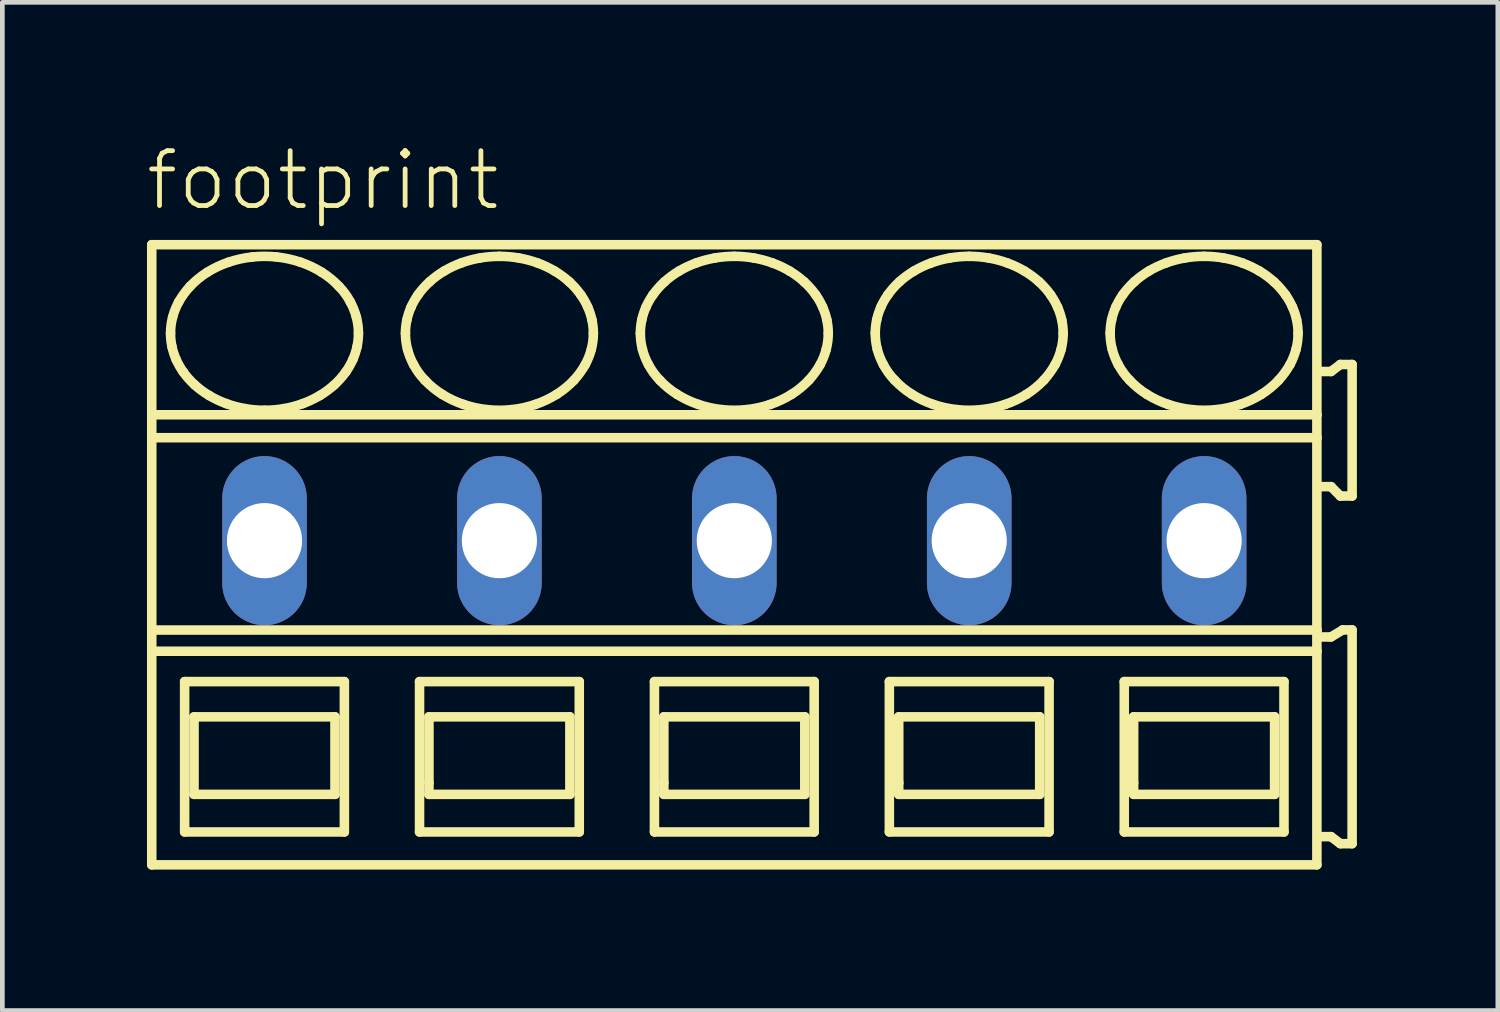
<source format=kicad_pcb>
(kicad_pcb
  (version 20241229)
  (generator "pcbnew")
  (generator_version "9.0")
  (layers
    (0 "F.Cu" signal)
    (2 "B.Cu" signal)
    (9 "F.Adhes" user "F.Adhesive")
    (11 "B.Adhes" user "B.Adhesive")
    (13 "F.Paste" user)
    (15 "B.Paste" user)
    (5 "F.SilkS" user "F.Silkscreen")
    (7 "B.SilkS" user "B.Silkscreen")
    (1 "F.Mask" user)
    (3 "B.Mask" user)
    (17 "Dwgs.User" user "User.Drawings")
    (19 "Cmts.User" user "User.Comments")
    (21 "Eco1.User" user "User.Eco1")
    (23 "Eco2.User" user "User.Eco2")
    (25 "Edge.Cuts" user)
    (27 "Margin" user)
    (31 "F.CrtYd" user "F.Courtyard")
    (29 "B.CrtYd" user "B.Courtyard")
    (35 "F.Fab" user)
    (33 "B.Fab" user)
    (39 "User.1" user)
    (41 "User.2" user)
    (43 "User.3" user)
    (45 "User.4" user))
  (footprint "footprint"
    (layer "F.Cu")
    (at 5.08 8.458)
    (property "Reference" "footprint" (at -5.08 -6.985 0) (layer "F.SilkS") (effects (font (size 1.168 1.168) (thickness 0.102)) (justify left bottom)))
    (fp_line (start -4.9 -6.3) (end -4.9 -2.679) (stroke (width 0.203) (type solid)) (layer "F.SilkS"))
    (fp_line (start -4.9 -2.679) (end -4.9 -2.192) (stroke (width 0.203) (type solid)) (layer "F.SilkS"))
    (fp_line (start -4.9 -2.192) (end -4.9 1.902) (stroke (width 0.203) (type solid)) (layer "F.SilkS"))
    (fp_line (start -4.9 1.902) (end -4.9 2.354) (stroke (width 0.203) (type solid)) (layer "F.SilkS"))
    (fp_line (start -4.9 2.354) (end -4.9 6.9) (stroke (width 0.203) (type solid)) (layer "F.SilkS"))
    (fp_line (start -4.9 6.9) (end 19.9 6.9) (stroke (width 0.203) (type solid)) (layer "F.SilkS"))
    (fp_line (start -4.2 3) (end -4.2 6.2) (stroke (width 0.203) (type solid)) (layer "F.SilkS"))
    (fp_line (start -4.2 6.2) (end -0.8 6.2) (stroke (width 0.203) (type solid)) (layer "F.SilkS"))
    (fp_line (start -4 3.75) (end -4 5.4) (stroke (width 0.203) (type solid)) (layer "F.SilkS"))
    (fp_line (start -4 5.4) (end -1 5.4) (stroke (width 0.203) (type solid)) (layer "F.SilkS"))
    (fp_line (start -1 3.75) (end -4 3.75) (stroke (width 0.203) (type solid)) (layer "F.SilkS"))
    (fp_line (start -1 5.4) (end -1 3.75) (stroke (width 0.203) (type solid)) (layer "F.SilkS"))
    (fp_line (start -0.8 3) (end -4.2 3) (stroke (width 0.203) (type solid)) (layer "F.SilkS"))
    (fp_line (start -0.8 6.2) (end -0.8 3) (stroke (width 0.203) (type solid)) (layer "F.SilkS"))
    (fp_line (start 0.8 3) (end 0.8 6.2) (stroke (width 0.203) (type solid)) (layer "F.SilkS"))
    (fp_line (start 0.8 6.2) (end 4.2 6.2) (stroke (width 0.203) (type solid)) (layer "F.SilkS"))
    (fp_line (start 1 3.75) (end 1 5.15) (stroke (width 0.203) (type solid)) (layer "F.SilkS"))
    (fp_line (start 1 5.15) (end 1 5.4) (stroke (width 0.203) (type solid)) (layer "F.SilkS"))
    (fp_line (start 1 5.4) (end 4 5.4) (stroke (width 0.203) (type solid)) (layer "F.SilkS"))
    (fp_line (start 4 3.75) (end 1 3.75) (stroke (width 0.203) (type solid)) (layer "F.SilkS"))
    (fp_line (start 4 5.4) (end 4 3.75) (stroke (width 0.203) (type solid)) (layer "F.SilkS"))
    (fp_line (start 4.2 3) (end 0.8 3) (stroke (width 0.203) (type solid)) (layer "F.SilkS"))
    (fp_line (start 4.2 6.2) (end 4.2 3) (stroke (width 0.203) (type solid)) (layer "F.SilkS"))
    (fp_line (start 5.8 3) (end 5.8 6.2) (stroke (width 0.203) (type solid)) (layer "F.SilkS"))
    (fp_line (start 5.8 6.2) (end 9.2 6.2) (stroke (width 0.203) (type solid)) (layer "F.SilkS"))
    (fp_line (start 6 3.75) (end 6 5.15) (stroke (width 0.203) (type solid)) (layer "F.SilkS"))
    (fp_line (start 6 5.15) (end 6 5.4) (stroke (width 0.203) (type solid)) (layer "F.SilkS"))
    (fp_line (start 6 5.4) (end 9 5.4) (stroke (width 0.203) (type solid)) (layer "F.SilkS"))
    (fp_line (start 9 3.75) (end 6 3.75) (stroke (width 0.203) (type solid)) (layer "F.SilkS"))
    (fp_line (start 9 5.4) (end 9 3.75) (stroke (width 0.203) (type solid)) (layer "F.SilkS"))
    (fp_line (start 9.2 3) (end 5.8 3) (stroke (width 0.203) (type solid)) (layer "F.SilkS"))
    (fp_line (start 9.2 6.2) (end 9.2 3) (stroke (width 0.203) (type solid)) (layer "F.SilkS"))
    (fp_line (start 10.8 3) (end 10.8 6.2) (stroke (width 0.203) (type solid)) (layer "F.SilkS"))
    (fp_line (start 10.8 6.2) (end 14.2 6.2) (stroke (width 0.203) (type solid)) (layer "F.SilkS"))
    (fp_line (start 11 3.75) (end 11 5.15) (stroke (width 0.203) (type solid)) (layer "F.SilkS"))
    (fp_line (start 11 5.15) (end 11 5.4) (stroke (width 0.203) (type solid)) (layer "F.SilkS"))
    (fp_line (start 11 5.4) (end 14 5.4) (stroke (width 0.203) (type solid)) (layer "F.SilkS"))
    (fp_line (start 14 3.75) (end 11 3.75) (stroke (width 0.203) (type solid)) (layer "F.SilkS"))
    (fp_line (start 14 5.4) (end 14 3.75) (stroke (width 0.203) (type solid)) (layer "F.SilkS"))
    (fp_line (start 14.2 3) (end 10.8 3) (stroke (width 0.203) (type solid)) (layer "F.SilkS"))
    (fp_line (start 14.2 6.2) (end 14.2 3) (stroke (width 0.203) (type solid)) (layer "F.SilkS"))
    (fp_line (start 15.8 3) (end 15.8 6.2) (stroke (width 0.203) (type solid)) (layer "F.SilkS"))
    (fp_line (start 15.8 6.2) (end 19.2 6.2) (stroke (width 0.203) (type solid)) (layer "F.SilkS"))
    (fp_line (start 16 3.75) (end 16 5.15) (stroke (width 0.203) (type solid)) (layer "F.SilkS"))
    (fp_line (start 16 5.15) (end 16 5.4) (stroke (width 0.203) (type solid)) (layer "F.SilkS"))
    (fp_line (start 16 5.4) (end 19 5.4) (stroke (width 0.203) (type solid)) (layer "F.SilkS"))
    (fp_line (start 19 3.75) (end 16 3.75) (stroke (width 0.203) (type solid)) (layer "F.SilkS"))
    (fp_line (start 19 5.4) (end 19 3.75) (stroke (width 0.203) (type solid)) (layer "F.SilkS"))
    (fp_line (start 19.2 3) (end 15.8 3) (stroke (width 0.203) (type solid)) (layer "F.SilkS"))
    (fp_line (start 19.2 6.2) (end 19.2 3) (stroke (width 0.203) (type solid)) (layer "F.SilkS"))
    (fp_line (start 19.9 -6.3) (end -4.9 -6.3) (stroke (width 0.203) (type solid)) (layer "F.SilkS"))
    (fp_line (start 19.9 -2.679) (end -4.9 -2.679) (stroke (width 0.203) (type solid)) (layer "F.SilkS"))
    (fp_line (start 19.9 -2.679) (end 19.9 -6.3) (stroke (width 0.203) (type solid)) (layer "F.SilkS"))
    (fp_line (start 19.9 -2.192) (end -4.9 -2.192) (stroke (width 0.203) (type solid)) (layer "F.SilkS"))
    (fp_line (start 19.9 -2.192) (end 19.9 -2.679) (stroke (width 0.203) (type solid)) (layer "F.SilkS"))
    (fp_line (start 19.9 1.902) (end -4.9 1.902) (stroke (width 0.203) (type solid)) (layer "F.SilkS"))
    (fp_line (start 19.9 1.902) (end 19.9 -2.192) (stroke (width 0.203) (type solid)) (layer "F.SilkS"))
    (fp_line (start 19.9 2.354) (end -4.9 2.354) (stroke (width 0.203) (type solid)) (layer "F.SilkS"))
    (fp_line (start 19.9 2.354) (end 19.9 1.902) (stroke (width 0.203) (type solid)) (layer "F.SilkS"))
    (fp_line (start 19.9 6.9) (end 19.9 2.354) (stroke (width 0.203) (type solid)) (layer "F.SilkS"))
    (fp_line (start 20 -1.15) (end 20.2 -1.15) (stroke (width 0.203) (type solid)) (layer "F.SilkS"))
    (fp_line (start 20 6.3) (end 20.2 6.3) (stroke (width 0.203) (type solid)) (layer "F.SilkS"))
    (fp_line (start 20.2 -3.6) (end 20 -3.6) (stroke (width 0.203) (type solid)) (layer "F.SilkS"))
    (fp_line (start 20.2 -1.15) (end 20.4 -0.95) (stroke (width 0.203) (type solid)) (layer "F.SilkS"))
    (fp_line (start 20.2 2.05) (end 20 2.05) (stroke (width 0.203) (type solid)) (layer "F.SilkS"))
    (fp_line (start 20.2 6.3) (end 20.4 6.45) (stroke (width 0.203) (type solid)) (layer "F.SilkS"))
    (fp_line (start 20.4 -3.75) (end 20.2 -3.6) (stroke (width 0.203) (type solid)) (layer "F.SilkS"))
    (fp_line (start 20.4 -0.95) (end 20.65 -0.95) (stroke (width 0.203) (type solid)) (layer "F.SilkS"))
    (fp_line (start 20.4 6.45) (end 20.65 6.45) (stroke (width 0.203) (type solid)) (layer "F.SilkS"))
    (fp_line (start 20.45 1.9) (end 20.2 2.05) (stroke (width 0.203) (type solid)) (layer "F.SilkS"))
    (fp_line (start 20.65 -3.75) (end 20.4 -3.75) (stroke (width 0.203) (type solid)) (layer "F.SilkS"))
    (fp_line (start 20.65 -0.95) (end 20.65 -3.75) (stroke (width 0.203) (type solid)) (layer "F.SilkS"))
    (fp_line (start 20.65 1.9) (end 20.45 1.9) (stroke (width 0.203) (type solid)) (layer "F.SilkS"))
    (fp_line (start 20.65 6.45) (end 20.65 1.9) (stroke (width 0.203) (type solid)) (layer "F.SilkS"))
    (fp_arc (start -4.5 -4.4136) (mid -4.488905 -4.585389) (end -4.4562 -4.7544) (stroke (width 0.2032) (type solid)) (layer "F.SilkS"))
    (fp_arc (start -4.4695 -4.1287) (mid -4.492308 -4.270341) (end -4.5 -4.4136) (stroke (width 0.2032) (type solid)) (layer "F.SilkS"))
    (fp_arc (start -4.4562 -4.7544) (mid -4.401558 -4.920839) (end -4.3273 -5.0795) (stroke (width 0.2032) (type solid)) (layer "F.SilkS"))
    (fp_arc (start -4.3795 -3.8536) (mid -4.431599 -3.988827) (end -4.4695 -4.1287) (stroke (width 0.2032) (type solid)) (layer "F.SilkS"))
    (fp_arc (start -4.3274 -5.0795) (mid -4.216217 -5.252167) (end -4.0864 -5.4113) (stroke (width 0.2032) (type solid)) (layer "F.SilkS"))
    (fp_arc (start -4.232 -3.5945) (mid -4.312155 -3.720404) (end -4.3795 -3.8536) (stroke (width 0.2032) (type solid)) (layer "F.SilkS"))
    (fp_arc (start -4.0864 -5.4113) (mid -3.911717 -5.573771) (end -3.718 -5.713) (stroke (width 0.2032) (type solid)) (layer "F.SilkS"))
    (fp_arc (start -3.9861 -3.3171) (mid -4.116737 -3.448975) (end -4.2321 -3.5944) (stroke (width 0.2032) (type solid)) (layer "F.SilkS"))
    (fp_arc (start -3.718 -5.713) (mid -3.497651 -5.83326) (end -3.2649 -5.9273) (stroke (width 0.2032) (type solid)) (layer "F.SilkS"))
    (fp_arc (start -3.676 -3.0884) (mid -3.836846 -3.194891) (end -3.9861 -3.3171) (stroke (width 0.2032) (type solid)) (layer "F.SilkS"))
    (fp_arc (start -3.313 -2.9167) (mid -3.498551 -2.993985) (end -3.676 -3.0884) (stroke (width 0.2032) (type solid)) (layer "F.SilkS"))
    (fp_arc (start -3.2649 -5.9273) (mid -3.016253 -5.996227) (end -2.7616 -6.0378) (stroke (width 0.2032) (type solid)) (layer "F.SilkS"))
    (fp_arc (start -2.9161 -2.8111) (mid -3.116893 -2.855096) (end -3.313 -2.9167) (stroke (width 0.2032) (type solid)) (layer "F.SilkS"))
    (fp_arc (start -2.7616 -6.0378) (mid -2.5 -6.051841) (end -2.2384 -6.0378) (stroke (width 0.2032) (type solid)) (layer "F.SilkS"))
    (fp_arc (start -2.5 -2.7752) (mid -2.708826 -2.784159) (end -2.9161 -2.8111) (stroke (width 0.2032) (type solid)) (layer "F.SilkS"))
    (fp_arc (start -2.2384 -6.0378) (mid -1.983714 -5.996379) (end -1.7351 -5.9273) (stroke (width 0.2032) (type solid)) (layer "F.SilkS"))
    (fp_arc (start -2.0839 -2.8111) (mid -2.291182 -2.784277) (end -2.5 -2.7753) (stroke (width 0.2032) (type solid)) (layer "F.SilkS"))
    (fp_arc (start -1.7351 -5.9273) (mid -1.502222 -5.83353) (end -1.282 -5.713) (stroke (width 0.2032) (type solid)) (layer "F.SilkS"))
    (fp_arc (start -1.687 -2.9167) (mid -1.883129 -2.855175) (end -2.0839 -2.8111) (stroke (width 0.2032) (type solid)) (layer "F.SilkS"))
    (fp_arc (start -1.324 -3.0884) (mid -1.501514 -2.994123) (end -1.687 -2.9167) (stroke (width 0.2032) (type solid)) (layer "F.SilkS"))
    (fp_arc (start -1.282 -5.713) (mid -1.088036 -5.574073) (end -0.9136 -5.4113) (stroke (width 0.2032) (type solid)) (layer "F.SilkS"))
    (fp_arc (start -1.0139 -3.3171) (mid -1.163276 -3.195057) (end -1.324 -3.0884) (stroke (width 0.2032) (type solid)) (layer "F.SilkS"))
    (fp_arc (start -0.9137 -5.4112) (mid -0.781313 -5.253987) (end -0.6727 -5.0795) (stroke (width 0.2032) (type solid)) (layer "F.SilkS"))
    (fp_arc (start -0.7679 -3.5944) (mid -0.88339 -3.449088) (end -1.0139 -3.3171) (stroke (width 0.2032) (type solid)) (layer "F.SilkS"))
    (fp_arc (start -0.6727 -5.0795) (mid -0.598286 -4.920901) (end -0.5438 -4.7544) (stroke (width 0.2032) (type solid)) (layer "F.SilkS"))
    (fp_arc (start -0.6204 -3.8536) (mid -0.687861 -3.720421) (end -0.7679 -3.5944) (stroke (width 0.2032) (type solid)) (layer "F.SilkS"))
    (fp_arc (start -0.5438 -4.7544) (mid -0.511083 -4.58539) (end -0.5 -4.4136) (stroke (width 0.2032) (type solid)) (layer "F.SilkS"))
    (fp_arc (start -0.5305 -4.1287) (mid -0.568473 -3.988851) (end -0.6205 -3.8536) (stroke (width 0.2032) (type solid)) (layer "F.SilkS"))
    (fp_arc (start -0.5001 -4.4136) (mid -0.507739 -4.270343) (end -0.5305 -4.1287) (stroke (width 0.2032) (type solid)) (layer "F.SilkS"))
    (fp_arc (start 0.5 -4.4136) (mid 0.507693 -4.556809) (end 0.5305 -4.6984) (stroke (width 0.2032) (type solid)) (layer "F.SilkS"))
    (fp_arc (start 0.5305 -4.6984) (mid 0.568467 -4.8383) (end 0.6205 -4.9736) (stroke (width 0.2032) (type solid)) (layer "F.SilkS"))
    (fp_arc (start 0.5438 -4.0727) (mid 0.511073 -4.241759) (end 0.5 -4.4136) (stroke (width 0.2032) (type solid)) (layer "F.SilkS"))
    (fp_arc (start 0.6204 -4.9736) (mid 0.687866 -5.106728) (end 0.7679 -5.2327) (stroke (width 0.2032) (type solid)) (layer "F.SilkS"))
    (fp_arc (start 0.6727 -3.7476) (mid 0.598289 -3.9062) (end 0.5438 -4.0727) (stroke (width 0.2032) (type solid)) (layer "F.SilkS"))
    (fp_arc (start 0.7679 -5.2327) (mid 0.883386 -5.378016) (end 1.0139 -5.51) (stroke (width 0.2032) (type solid)) (layer "F.SilkS"))
    (fp_arc (start 0.9136 -3.4159) (mid 0.781267 -3.57312) (end 0.6727 -3.7476) (stroke (width 0.2032) (type solid)) (layer "F.SilkS"))
    (fp_arc (start 1.0139 -5.51) (mid 1.163277 -5.632042) (end 1.324 -5.7387) (stroke (width 0.2032) (type solid)) (layer "F.SilkS"))
    (fp_arc (start 1.282 -3.1141) (mid 1.088032 -3.253077) (end 0.9136 -3.4159) (stroke (width 0.2032) (type solid)) (layer "F.SilkS"))
    (fp_arc (start 1.324 -5.7387) (mid 1.501514 -5.832977) (end 1.687 -5.9104) (stroke (width 0.2032) (type solid)) (layer "F.SilkS"))
    (fp_arc (start 1.687 -5.9104) (mid 1.883129 -5.971925) (end 2.0839 -6.016) (stroke (width 0.2032) (type solid)) (layer "F.SilkS"))
    (fp_arc (start 1.7351 -2.8998) (mid 1.502222 -2.993571) (end 1.282 -3.1141) (stroke (width 0.2032) (type solid)) (layer "F.SilkS"))
    (fp_arc (start 2.0839 -6.0161) (mid 2.291183 -6.042919) (end 2.5 -6.0519) (stroke (width 0.2032) (type solid)) (layer "F.SilkS"))
    (fp_arc (start 2.2384 -2.7893) (mid 1.983714 -2.830721) (end 1.7351 -2.8998) (stroke (width 0.2032) (type solid)) (layer "F.SilkS"))
    (fp_arc (start 2.5 -6.0519) (mid 2.708826 -6.042941) (end 2.9161 -6.016) (stroke (width 0.2032) (type solid)) (layer "F.SilkS"))
    (fp_arc (start 2.7616 -2.7893) (mid 2.5 -2.775259) (end 2.2384 -2.7893) (stroke (width 0.2032) (type solid)) (layer "F.SilkS"))
    (fp_arc (start 2.9161 -6.016) (mid 3.116893 -5.972004) (end 3.313 -5.9104) (stroke (width 0.2032) (type solid)) (layer "F.SilkS"))
    (fp_arc (start 3.2649 -2.8998) (mid 3.016253 -2.830873) (end 2.7616 -2.7893) (stroke (width 0.2032) (type solid)) (layer "F.SilkS"))
    (fp_arc (start 3.313 -5.9104) (mid 3.498552 -5.833116) (end 3.676 -5.7387) (stroke (width 0.2032) (type solid)) (layer "F.SilkS"))
    (fp_arc (start 3.676 -5.7387) (mid 3.836846 -5.632209) (end 3.9861 -5.51) (stroke (width 0.2032) (type solid)) (layer "F.SilkS"))
    (fp_arc (start 3.718 -3.1141) (mid 3.497651 -2.993839) (end 3.2649 -2.8998) (stroke (width 0.2032) (type solid)) (layer "F.SilkS"))
    (fp_arc (start 3.9861 -5.51) (mid 4.116738 -5.378126) (end 4.2321 -5.2327) (stroke (width 0.2032) (type solid)) (layer "F.SilkS"))
    (fp_arc (start 4.0864 -3.4159) (mid 3.911721 -3.253378) (end 3.718 -3.1141) (stroke (width 0.2032) (type solid)) (layer "F.SilkS"))
    (fp_arc (start 4.2321 -5.2327) (mid 4.312204 -5.106793) (end 4.3795 -4.9736) (stroke (width 0.2032) (type solid)) (layer "F.SilkS"))
    (fp_arc (start 4.3273 -3.7476) (mid 4.216161 -3.574988) (end 4.0864 -3.4159) (stroke (width 0.2032) (type solid)) (layer "F.SilkS"))
    (fp_arc (start 4.3795 -4.9736) (mid 4.431605 -4.838324) (end 4.4695 -4.6984) (stroke (width 0.2032) (type solid)) (layer "F.SilkS"))
    (fp_arc (start 4.4562 -4.0727) (mid 4.401557 -3.906262) (end 4.3273 -3.7476) (stroke (width 0.2032) (type solid)) (layer "F.SilkS"))
    (fp_arc (start 4.4695 -4.6984) (mid 4.4923 -4.556809) (end 4.5 -4.4136) (stroke (width 0.2032) (type solid)) (layer "F.SilkS"))
    (fp_arc (start 4.5 -4.4136) (mid 4.488914 -4.241761) (end 4.4562 -4.0727) (stroke (width 0.2032) (type solid)) (layer "F.SilkS"))
    (fp_arc (start 5.5 -4.4136) (mid 5.507693 -4.556809) (end 5.5305 -4.6984) (stroke (width 0.2032) (type solid)) (layer "F.SilkS"))
    (fp_arc (start 5.5305 -4.6984) (mid 5.568467 -4.8383) (end 5.6205 -4.9736) (stroke (width 0.2032) (type solid)) (layer "F.SilkS"))
    (fp_arc (start 5.5438 -4.0727) (mid 5.511073 -4.241759) (end 5.5 -4.4136) (stroke (width 0.2032) (type solid)) (layer "F.SilkS"))
    (fp_arc (start 5.6204 -4.9736) (mid 5.687866 -5.106728) (end 5.7679 -5.2327) (stroke (width 0.2032) (type solid)) (layer "F.SilkS"))
    (fp_arc (start 5.6727 -3.7476) (mid 5.598289 -3.9062) (end 5.5438 -4.0727) (stroke (width 0.2032) (type solid)) (layer "F.SilkS"))
    (fp_arc (start 5.7679 -5.2327) (mid 5.883386 -5.378016) (end 6.0139 -5.51) (stroke (width 0.2032) (type solid)) (layer "F.SilkS"))
    (fp_arc (start 5.9136 -3.4159) (mid 5.781267 -3.57312) (end 5.6727 -3.7476) (stroke (width 0.2032) (type solid)) (layer "F.SilkS"))
    (fp_arc (start 6.0139 -5.51) (mid 6.163277 -5.632042) (end 6.324 -5.7387) (stroke (width 0.2032) (type solid)) (layer "F.SilkS"))
    (fp_arc (start 6.282 -3.1141) (mid 6.088032 -3.253077) (end 5.9136 -3.4159) (stroke (width 0.2032) (type solid)) (layer "F.SilkS"))
    (fp_arc (start 6.324 -5.7387) (mid 6.501514 -5.832977) (end 6.687 -5.9104) (stroke (width 0.2032) (type solid)) (layer "F.SilkS"))
    (fp_arc (start 6.687 -5.9104) (mid 6.883129 -5.971925) (end 7.0839 -6.016) (stroke (width 0.2032) (type solid)) (layer "F.SilkS"))
    (fp_arc (start 6.7351 -2.8998) (mid 6.502222 -2.993571) (end 6.282 -3.1141) (stroke (width 0.2032) (type solid)) (layer "F.SilkS"))
    (fp_arc (start 7.0839 -6.0161) (mid 7.291183 -6.042919) (end 7.5 -6.0519) (stroke (width 0.2032) (type solid)) (layer "F.SilkS"))
    (fp_arc (start 7.2384 -2.7893) (mid 6.983714 -2.830721) (end 6.7351 -2.8998) (stroke (width 0.2032) (type solid)) (layer "F.SilkS"))
    (fp_arc (start 7.5 -6.0519) (mid 7.708826 -6.042941) (end 7.9161 -6.016) (stroke (width 0.2032) (type solid)) (layer "F.SilkS"))
    (fp_arc (start 7.7616 -2.7893) (mid 7.5 -2.775259) (end 7.2384 -2.7893) (stroke (width 0.2032) (type solid)) (layer "F.SilkS"))
    (fp_arc (start 7.9161 -6.016) (mid 8.116893 -5.972004) (end 8.313 -5.9104) (stroke (width 0.2032) (type solid)) (layer "F.SilkS"))
    (fp_arc (start 8.2649 -2.8998) (mid 8.016253 -2.830873) (end 7.7616 -2.7893) (stroke (width 0.2032) (type solid)) (layer "F.SilkS"))
    (fp_arc (start 8.313 -5.9104) (mid 8.498552 -5.833116) (end 8.676 -5.7387) (stroke (width 0.2032) (type solid)) (layer "F.SilkS"))
    (fp_arc (start 8.676 -5.7387) (mid 8.836846 -5.632209) (end 8.9861 -5.51) (stroke (width 0.2032) (type solid)) (layer "F.SilkS"))
    (fp_arc (start 8.718 -3.1141) (mid 8.497651 -2.993839) (end 8.2649 -2.8998) (stroke (width 0.2032) (type solid)) (layer "F.SilkS"))
    (fp_arc (start 8.9861 -5.51) (mid 9.116738 -5.378126) (end 9.2321 -5.2327) (stroke (width 0.2032) (type solid)) (layer "F.SilkS"))
    (fp_arc (start 9.0864 -3.4159) (mid 8.911721 -3.253378) (end 8.718 -3.1141) (stroke (width 0.2032) (type solid)) (layer "F.SilkS"))
    (fp_arc (start 9.2321 -5.2327) (mid 9.312204 -5.106793) (end 9.3795 -4.9736) (stroke (width 0.2032) (type solid)) (layer "F.SilkS"))
    (fp_arc (start 9.3273 -3.7476) (mid 9.216161 -3.574988) (end 9.0864 -3.4159) (stroke (width 0.2032) (type solid)) (layer "F.SilkS"))
    (fp_arc (start 9.3795 -4.9736) (mid 9.431605 -4.838324) (end 9.4695 -4.6984) (stroke (width 0.2032) (type solid)) (layer "F.SilkS"))
    (fp_arc (start 9.4562 -4.0727) (mid 9.401557 -3.906262) (end 9.3273 -3.7476) (stroke (width 0.2032) (type solid)) (layer "F.SilkS"))
    (fp_arc (start 9.4695 -4.6984) (mid 9.4923 -4.556809) (end 9.5 -4.4136) (stroke (width 0.2032) (type solid)) (layer "F.SilkS"))
    (fp_arc (start 9.5 -4.4136) (mid 9.488914 -4.241761) (end 9.4562 -4.0727) (stroke (width 0.2032) (type solid)) (layer "F.SilkS"))
    (fp_arc (start 10.5 -4.4136) (mid 10.507693 -4.556809) (end 10.5305 -4.6984) (stroke (width 0.2032) (type solid)) (layer "F.SilkS"))
    (fp_arc (start 10.5305 -4.6984) (mid 10.568467 -4.8383) (end 10.6205 -4.9736) (stroke (width 0.2032) (type solid)) (layer "F.SilkS"))
    (fp_arc (start 10.5438 -4.0727) (mid 10.511073 -4.241759) (end 10.5 -4.4136) (stroke (width 0.2032) (type solid)) (layer "F.SilkS"))
    (fp_arc (start 10.6204 -4.9736) (mid 10.687866 -5.106728) (end 10.7679 -5.2327) (stroke (width 0.2032) (type solid)) (layer "F.SilkS"))
    (fp_arc (start 10.6727 -3.7476) (mid 10.598289 -3.9062) (end 10.5438 -4.0727) (stroke (width 0.2032) (type solid)) (layer "F.SilkS"))
    (fp_arc (start 10.7679 -5.2327) (mid 10.883386 -5.378016) (end 11.0139 -5.51) (stroke (width 0.2032) (type solid)) (layer "F.SilkS"))
    (fp_arc (start 10.9136 -3.4159) (mid 10.781267 -3.57312) (end 10.6727 -3.7476) (stroke (width 0.2032) (type solid)) (layer "F.SilkS"))
    (fp_arc (start 11.0139 -5.51) (mid 11.163277 -5.632042) (end 11.324 -5.7387) (stroke (width 0.2032) (type solid)) (layer "F.SilkS"))
    (fp_arc (start 11.282 -3.1141) (mid 11.088032 -3.253077) (end 10.9136 -3.4159) (stroke (width 0.2032) (type solid)) (layer "F.SilkS"))
    (fp_arc (start 11.324 -5.7387) (mid 11.501514 -5.832977) (end 11.687 -5.9104) (stroke (width 0.2032) (type solid)) (layer "F.SilkS"))
    (fp_arc (start 11.687 -5.9104) (mid 11.883129 -5.971925) (end 12.0839 -6.016) (stroke (width 0.2032) (type solid)) (layer "F.SilkS"))
    (fp_arc (start 11.7351 -2.8998) (mid 11.502222 -2.993571) (end 11.282 -3.1141) (stroke (width 0.2032) (type solid)) (layer "F.SilkS"))
    (fp_arc (start 12.0839 -6.0161) (mid 12.291183 -6.042919) (end 12.5 -6.0519) (stroke (width 0.2032) (type solid)) (layer "F.SilkS"))
    (fp_arc (start 12.2384 -2.7893) (mid 11.983714 -2.830721) (end 11.7351 -2.8998) (stroke (width 0.2032) (type solid)) (layer "F.SilkS"))
    (fp_arc (start 12.5 -6.0519) (mid 12.708826 -6.042941) (end 12.9161 -6.016) (stroke (width 0.2032) (type solid)) (layer "F.SilkS"))
    (fp_arc (start 12.7616 -2.7893) (mid 12.5 -2.775259) (end 12.2384 -2.7893) (stroke (width 0.2032) (type solid)) (layer "F.SilkS"))
    (fp_arc (start 12.9161 -6.016) (mid 13.116893 -5.972004) (end 13.313 -5.9104) (stroke (width 0.2032) (type solid)) (layer "F.SilkS"))
    (fp_arc (start 13.2649 -2.8998) (mid 13.016253 -2.830873) (end 12.7616 -2.7893) (stroke (width 0.2032) (type solid)) (layer "F.SilkS"))
    (fp_arc (start 13.313 -5.9104) (mid 13.498552 -5.833116) (end 13.676 -5.7387) (stroke (width 0.2032) (type solid)) (layer "F.SilkS"))
    (fp_arc (start 13.676 -5.7387) (mid 13.836846 -5.632209) (end 13.9861 -5.51) (stroke (width 0.2032) (type solid)) (layer "F.SilkS"))
    (fp_arc (start 13.718 -3.1141) (mid 13.497651 -2.993839) (end 13.2649 -2.8998) (stroke (width 0.2032) (type solid)) (layer "F.SilkS"))
    (fp_arc (start 13.9861 -5.51) (mid 14.116738 -5.378126) (end 14.2321 -5.2327) (stroke (width 0.2032) (type solid)) (layer "F.SilkS"))
    (fp_arc (start 14.0864 -3.4159) (mid 13.911721 -3.253378) (end 13.718 -3.1141) (stroke (width 0.2032) (type solid)) (layer "F.SilkS"))
    (fp_arc (start 14.2321 -5.2327) (mid 14.312204 -5.106793) (end 14.3795 -4.9736) (stroke (width 0.2032) (type solid)) (layer "F.SilkS"))
    (fp_arc (start 14.3273 -3.7476) (mid 14.216161 -3.574988) (end 14.0864 -3.4159) (stroke (width 0.2032) (type solid)) (layer "F.SilkS"))
    (fp_arc (start 14.3795 -4.9736) (mid 14.431605 -4.838324) (end 14.4695 -4.6984) (stroke (width 0.2032) (type solid)) (layer "F.SilkS"))
    (fp_arc (start 14.4562 -4.0727) (mid 14.401557 -3.906262) (end 14.3273 -3.7476) (stroke (width 0.2032) (type solid)) (layer "F.SilkS"))
    (fp_arc (start 14.4695 -4.6984) (mid 14.4923 -4.556809) (end 14.5 -4.4136) (stroke (width 0.2032) (type solid)) (layer "F.SilkS"))
    (fp_arc (start 14.5 -4.4136) (mid 14.488914 -4.241761) (end 14.4562 -4.0727) (stroke (width 0.2032) (type solid)) (layer "F.SilkS"))
    (fp_arc (start 15.5 -4.4136) (mid 15.507693 -4.556809) (end 15.5305 -4.6984) (stroke (width 0.2032) (type solid)) (layer "F.SilkS"))
    (fp_arc (start 15.5305 -4.6984) (mid 15.568467 -4.8383) (end 15.6205 -4.9736) (stroke (width 0.2032) (type solid)) (layer "F.SilkS"))
    (fp_arc (start 15.5438 -4.0727) (mid 15.511073 -4.241759) (end 15.5 -4.4136) (stroke (width 0.2032) (type solid)) (layer "F.SilkS"))
    (fp_arc (start 15.6204 -4.9736) (mid 15.687866 -5.106728) (end 15.7679 -5.2327) (stroke (width 0.2032) (type solid)) (layer "F.SilkS"))
    (fp_arc (start 15.6727 -3.7476) (mid 15.598289 -3.9062) (end 15.5438 -4.0727) (stroke (width 0.2032) (type solid)) (layer "F.SilkS"))
    (fp_arc (start 15.7679 -5.2327) (mid 15.883386 -5.378016) (end 16.0139 -5.51) (stroke (width 0.2032) (type solid)) (layer "F.SilkS"))
    (fp_arc (start 15.9136 -3.4159) (mid 15.781267 -3.57312) (end 15.6727 -3.7476) (stroke (width 0.2032) (type solid)) (layer "F.SilkS"))
    (fp_arc (start 16.0139 -5.51) (mid 16.163277 -5.632042) (end 16.324 -5.7387) (stroke (width 0.2032) (type solid)) (layer "F.SilkS"))
    (fp_arc (start 16.282 -3.1141) (mid 16.088032 -3.253077) (end 15.9136 -3.4159) (stroke (width 0.2032) (type solid)) (layer "F.SilkS"))
    (fp_arc (start 16.324 -5.7387) (mid 16.501514 -5.832977) (end 16.687 -5.9104) (stroke (width 0.2032) (type solid)) (layer "F.SilkS"))
    (fp_arc (start 16.687 -5.9104) (mid 16.883129 -5.971925) (end 17.0839 -6.016) (stroke (width 0.2032) (type solid)) (layer "F.SilkS"))
    (fp_arc (start 16.7351 -2.8998) (mid 16.502222 -2.993571) (end 16.282 -3.1141) (stroke (width 0.2032) (type solid)) (layer "F.SilkS"))
    (fp_arc (start 17.0839 -6.0161) (mid 17.291183 -6.042919) (end 17.5 -6.0519) (stroke (width 0.2032) (type solid)) (layer "F.SilkS"))
    (fp_arc (start 17.2384 -2.7893) (mid 16.983714 -2.830721) (end 16.7351 -2.8998) (stroke (width 0.2032) (type solid)) (layer "F.SilkS"))
    (fp_arc (start 17.5 -6.0519) (mid 17.708826 -6.042941) (end 17.9161 -6.016) (stroke (width 0.2032) (type solid)) (layer "F.SilkS"))
    (fp_arc (start 17.7616 -2.7893) (mid 17.5 -2.775259) (end 17.2384 -2.7893) (stroke (width 0.2032) (type solid)) (layer "F.SilkS"))
    (fp_arc (start 17.9161 -6.016) (mid 18.116893 -5.972004) (end 18.313 -5.9104) (stroke (width 0.2032) (type solid)) (layer "F.SilkS"))
    (fp_arc (start 18.2649 -2.8998) (mid 18.016253 -2.830873) (end 17.7616 -2.7893) (stroke (width 0.2032) (type solid)) (layer "F.SilkS"))
    (fp_arc (start 18.313 -5.9104) (mid 18.498552 -5.833116) (end 18.676 -5.7387) (stroke (width 0.2032) (type solid)) (layer "F.SilkS"))
    (fp_arc (start 18.676 -5.7387) (mid 18.836846 -5.632209) (end 18.9861 -5.51) (stroke (width 0.2032) (type solid)) (layer "F.SilkS"))
    (fp_arc (start 18.718 -3.1141) (mid 18.497651 -2.993839) (end 18.2649 -2.8998) (stroke (width 0.2032) (type solid)) (layer "F.SilkS"))
    (fp_arc (start 18.9861 -5.51) (mid 19.116738 -5.378126) (end 19.2321 -5.2327) (stroke (width 0.2032) (type solid)) (layer "F.SilkS"))
    (fp_arc (start 19.0864 -3.4159) (mid 18.911721 -3.253378) (end 18.718 -3.1141) (stroke (width 0.2032) (type solid)) (layer "F.SilkS"))
    (fp_arc (start 19.2321 -5.2327) (mid 19.312204 -5.106793) (end 19.3795 -4.9736) (stroke (width 0.2032) (type solid)) (layer "F.SilkS"))
    (fp_arc (start 19.3273 -3.7476) (mid 19.216161 -3.574988) (end 19.0864 -3.4159) (stroke (width 0.2032) (type solid)) (layer "F.SilkS"))
    (fp_arc (start 19.3795 -4.9736) (mid 19.431605 -4.838324) (end 19.4695 -4.6984) (stroke (width 0.2032) (type solid)) (layer "F.SilkS"))
    (fp_arc (start 19.4562 -4.0727) (mid 19.401557 -3.906262) (end 19.3273 -3.7476) (stroke (width 0.2032) (type solid)) (layer "F.SilkS"))
    (fp_arc (start 19.4695 -4.6984) (mid 19.4923 -4.556809) (end 19.5 -4.4136) (stroke (width 0.2032) (type solid)) (layer "F.SilkS"))
    (fp_arc (start 19.5 -4.4136) (mid 19.488914 -4.241761) (end 19.4562 -4.0727) (stroke (width 0.2032) (type solid)) (layer "F.SilkS"))
    (pad "1" thru_hole oval (at -2.5 0 90) (size 3.6 1.8) (drill 1.6) (layers "*.Cu" "*.Mask"))
    (pad "2" thru_hole oval (at 2.5 0 90) (size 3.6 1.8) (drill 1.6) (layers "*.Cu" "*.Mask"))
    (pad "3" thru_hole oval (at 7.5 0 90) (size 3.6 1.8) (drill 1.6) (layers "*.Cu" "*.Mask"))
    (pad "4" thru_hole oval (at 12.5 0 90) (size 3.6 1.8) (drill 1.6) (layers "*.Cu" "*.Mask"))
    (pad "5" thru_hole oval (at 17.5 0 90) (size 3.6 1.8) (drill 1.6) (layers "*.Cu" "*.Mask")))
  (gr_rect
    (start -3 -3)
    (end 28.832 18.46)
    (stroke (width 0.1) (type default))
    (fill no)
    (layer "Edge.Cuts")))
</source>
